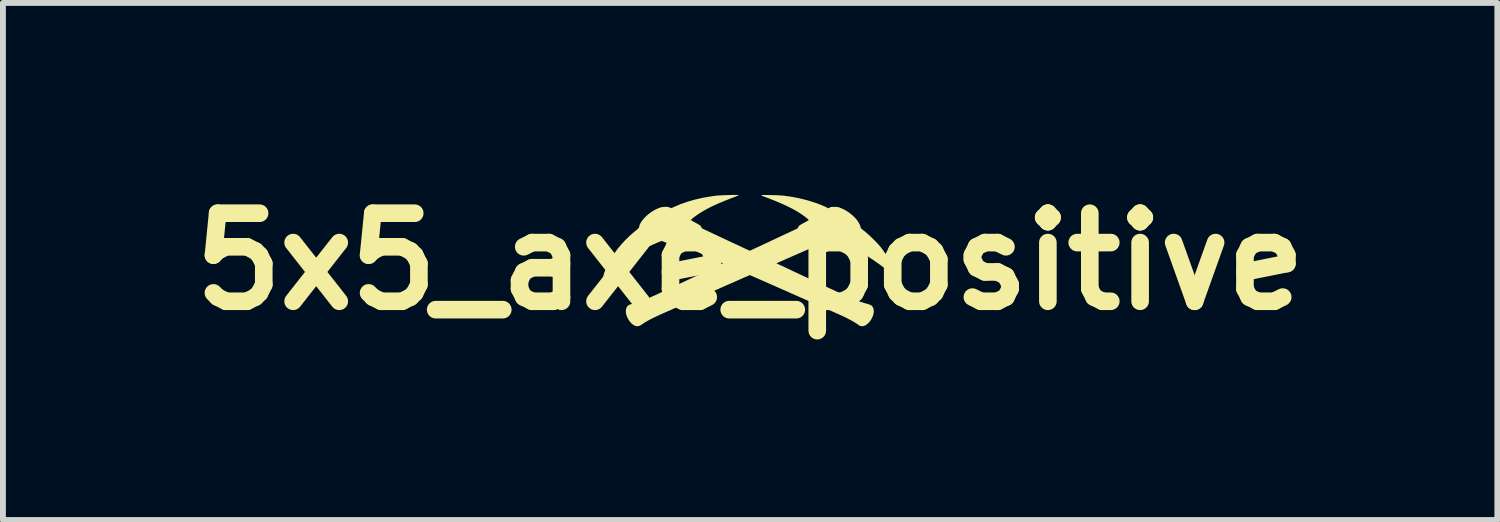
<source format=kicad_pcb>
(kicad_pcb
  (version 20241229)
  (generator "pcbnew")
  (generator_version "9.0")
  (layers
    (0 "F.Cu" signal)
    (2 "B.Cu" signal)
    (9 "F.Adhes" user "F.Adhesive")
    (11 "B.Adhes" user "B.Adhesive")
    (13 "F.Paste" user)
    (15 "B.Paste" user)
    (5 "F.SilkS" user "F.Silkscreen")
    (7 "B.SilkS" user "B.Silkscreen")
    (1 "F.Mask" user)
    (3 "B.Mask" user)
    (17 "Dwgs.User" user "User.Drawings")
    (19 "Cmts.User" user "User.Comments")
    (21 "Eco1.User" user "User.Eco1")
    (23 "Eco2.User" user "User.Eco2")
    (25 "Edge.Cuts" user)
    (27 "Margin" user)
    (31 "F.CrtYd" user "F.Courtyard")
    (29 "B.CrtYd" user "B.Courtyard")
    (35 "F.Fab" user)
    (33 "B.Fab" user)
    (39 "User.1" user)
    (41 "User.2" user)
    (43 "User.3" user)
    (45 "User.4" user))
  (footprint "5x5_axe_positive"
    (layer "F.Cu")
    (at 9.729 1.404)
    (property "Reference" "5x5_axe_positive" (at 0 0 0) (layer "F.SilkS") (effects (font (size 1.5 1.5) (thickness 0.3))))
    (attr board_only exclude_from_pos_files exclude_from_bom)
    (fp_poly (pts (xy -0.237 -1.133) (xy -0.214 -1.132) (xy -0.198 -1.131) (xy -0.192 -1.13) (xy -0.192 -1.129) (xy -0.198 -1.126) (xy -0.214 -1.119) (xy -0.237 -1.11) (xy -0.265 -1.098) (xy -0.298 -1.086) (xy -0.319 -1.078) (xy -0.432 -1.034) (xy -0.535 -0.991) (xy -0.628 -0.949) (xy -0.713 -0.907) (xy -0.789 -0.865) (xy -0.858 -0.823) (xy -0.877 -0.81) (xy -0.913 -0.786) (xy -0.945 -0.763) (xy -0.971 -0.743) (xy -0.991 -0.726) (xy -1.004 -0.713) (xy -1.009 -0.704) (xy -1.008 -0.702) (xy -1.002 -0.699) (xy -0.987 -0.691) (xy -0.967 -0.679) (xy -0.942 -0.666) (xy -0.925 -0.656) (xy -0.895 -0.64) (xy -0.874 -0.627) (xy -0.858 -0.617) (xy -0.848 -0.608) (xy -0.841 -0.599) (xy -0.834 -0.589) (xy -0.834 -0.588) (xy -0.82 -0.563) (xy -0.562 -0.442) (xy -0.475 -0.401) (xy -0.397 -0.364) (xy -0.329 -0.332) (xy -0.268 -0.304) (xy -0.216 -0.28) (xy -0.171 -0.259) (xy -0.133 -0.241) (xy -0.101 -0.226) (xy -0.075 -0.214) (xy -0.054 -0.204) (xy -0.038 -0.197) (xy -0.025 -0.191) (xy -0.016 -0.187) (xy -0.01 -0.185) (xy -0.007 -0.184) (xy -0.005 -0.183) (xy 0.00021 -0.186) (xy 0.015 -0.192) (xy 0.038 -0.203) (xy 0.069 -0.217) (xy 0.107 -0.235) (xy 0.151 -0.255) (xy 0.201 -0.278) (xy 0.254 -0.303) (xy 0.312 -0.33) (xy 0.372 -0.359) (xy 0.373 -0.359) (xy 0.434 -0.388) (xy 0.493 -0.416) (xy 0.549 -0.442) (xy 0.601 -0.466) (xy 0.648 -0.488) (xy 0.689 -0.507) (xy 0.724 -0.523) (xy 0.751 -0.536) (xy 0.77 -0.545) (xy 0.779 -0.549) (xy 0.798 -0.558) (xy 0.81 -0.567) (xy 0.816 -0.578) (xy 0.817 -0.581) (xy 0.821 -0.591) (xy 0.827 -0.601) (xy 0.837 -0.61) (xy 0.852 -0.621) (xy 0.873 -0.634) (xy 0.901 -0.65) (xy 0.923 -0.662) (xy 0.95 -0.676) (xy 0.972 -0.689) (xy 0.988 -0.699) (xy 0.997 -0.705) (xy 0.998 -0.707) (xy 0.993 -0.714) (xy 0.979 -0.726) (xy 0.96 -0.742) (xy 0.935 -0.761) (xy 0.908 -0.781) (xy 0.879 -0.802) (xy 0.861 -0.814) (xy 0.789 -0.859) (xy 0.707 -0.904) (xy 0.614 -0.95) (xy 0.51 -0.997) (xy 0.395 -1.044) (xy 0.278 -1.09) (xy 0.245 -1.102) (xy 0.219 -1.112) (xy 0.201 -1.119) (xy 0.192 -1.125) (xy 0.191 -1.129) (xy 0.199 -1.131) (xy 0.217 -1.132) (xy 0.245 -1.132) (xy 0.282 -1.132) (xy 0.331 -1.131) (xy 0.339 -1.131) (xy 0.405 -1.13) (xy 0.463 -1.128) (xy 0.515 -1.125) (xy 0.564 -1.121) (xy 0.613 -1.115) (xy 0.665 -1.108) (xy 0.722 -1.099) (xy 0.736 -1.096) (xy 0.815 -1.081) (xy 0.897 -1.062) (xy 0.98 -1.04) (xy 1.062 -1.015) (xy 1.14 -0.989) (xy 1.213 -0.961) (xy 1.278 -0.933) (xy 1.306 -0.919) (xy 1.333 -0.906) (xy 1.354 -0.918) (xy 1.365 -0.924) (xy 1.377 -0.927) (xy 1.392 -0.929) (xy 1.413 -0.93) (xy 1.433 -0.93) (xy 1.463 -0.93) (xy 1.485 -0.928) (xy 1.505 -0.924) (xy 1.526 -0.917) (xy 1.533 -0.914) (xy 1.59 -0.89) (xy 1.645 -0.859) (xy 1.698 -0.823) (xy 1.746 -0.783) (xy 1.79 -0.741) (xy 1.826 -0.697) (xy 1.854 -0.654) (xy 1.872 -0.614) (xy 1.878 -0.596) (xy 1.882 -0.58) (xy 1.884 -0.573) (xy 1.888 -0.566) (xy 1.9 -0.555) (xy 1.917 -0.54) (xy 1.938 -0.523) (xy 1.943 -0.519) (xy 1.97 -0.498) (xy 2.002 -0.47) (xy 2.038 -0.437) (xy 2.076 -0.401) (xy 2.114 -0.364) (xy 2.149 -0.328) (xy 2.181 -0.294) (xy 2.208 -0.264) (xy 2.217 -0.253) (xy 2.254 -0.205) (xy 2.292 -0.149) (xy 2.331 -0.09) (xy 2.366 -0.031) (xy 2.398 0.026) (xy 2.411 0.052) (xy 2.424 0.081) (xy 2.438 0.112) (xy 2.452 0.144) (xy 2.465 0.176) (xy 2.477 0.206) (xy 2.486 0.232) (xy 2.493 0.253) (xy 2.497 0.267) (xy 2.497 0.272) (xy 2.497 0.272) (xy 2.491 0.269) (xy 2.479 0.26) (xy 2.461 0.246) (xy 2.437 0.228) (xy 2.411 0.207) (xy 2.403 0.201) (xy 2.3 0.121) (xy 2.197 0.045) (xy 2.094 -0.027) (xy 1.992 -0.094) (xy 1.893 -0.155) (xy 1.797 -0.21) (xy 1.706 -0.258) (xy 1.62 -0.299) (xy 1.553 -0.327) (xy 1.496 -0.35) (xy 1.396 -0.312) (xy 1.345 -0.292) (xy 1.302 -0.276) (xy 1.267 -0.264) (xy 1.237 -0.254) (xy 1.212 -0.247) (xy 1.189 -0.242) (xy 1.168 -0.239) (xy 1.146 -0.237) (xy 1.123 -0.235) (xy 1.117 -0.235) (xy 1.047 -0.233) (xy 0.864 -0.152) (xy 0.815 -0.131) (xy 0.764 -0.108) (xy 0.713 -0.086) (xy 0.664 -0.064) (xy 0.62 -0.045) (xy 0.582 -0.028) (xy 0.567 -0.021) (xy 0.534 -0.007) (xy 0.504 0.006) (xy 0.48 0.017) (xy 0.462 0.025) (xy 0.452 0.03) (xy 0.451 0.031) (xy 0.454 0.034) (xy 0.465 0.04) (xy 0.482 0.048) (xy 0.484 0.049) (xy 0.499 0.056) (xy 0.521 0.066) (xy 0.551 0.08) (xy 0.585 0.096) (xy 0.622 0.114) (xy 0.658 0.13) (xy 0.799 0.197) (xy 0.929 0.258) (xy 1.05 0.314) (xy 1.16 0.366) (xy 1.261 0.414) (xy 1.353 0.457) (xy 1.435 0.495) (xy 1.507 0.529) (xy 1.571 0.558) (xy 1.624 0.583) (xy 1.669 0.604) (xy 1.705 0.62) (xy 1.732 0.632) (xy 1.749 0.64) (xy 1.756 0.643) (xy 1.79 0.656) (xy 1.83 0.67) (xy 1.873 0.685) (xy 1.916 0.699) (xy 1.955 0.711) (xy 1.988 0.72) (xy 1.997 0.723) (xy 2.021 0.73) (xy 2.043 0.738) (xy 2.06 0.746) (xy 2.062 0.747) (xy 2.083 0.768) (xy 2.098 0.795) (xy 2.105 0.827) (xy 2.105 0.863) (xy 2.099 0.902) (xy 2.085 0.942) (xy 2.066 0.981) (xy 2.041 1.019) (xy 2.01 1.053) (xy 2.007 1.056) (xy 1.973 1.083) (xy 1.939 1.099) (xy 1.906 1.104) (xy 1.874 1.098) (xy 1.843 1.08) (xy 1.837 1.076) (xy 1.805 1.053) (xy 1.764 1.028) (xy 1.714 1) (xy 1.655 0.969) (xy 1.586 0.935) (xy 1.506 0.899) (xy 1.453 0.875) (xy 1.383 0.844) (xy 1.323 0.818) (xy 1.271 0.795) (xy 1.226 0.775) (xy 1.187 0.758) (xy 1.153 0.743) (xy 1.124 0.73) (xy 1.098 0.719) (xy 1.074 0.708) (xy 1.052 0.698) (xy 1.029 0.688) (xy 1.011 0.68) (xy 0.978 0.666) (xy 0.938 0.648) (xy 0.893 0.628) (xy 0.846 0.608) (xy 0.8 0.587) (xy 0.772 0.575) (xy 0.682 0.535) (xy 0.588 0.493) (xy 0.492 0.451) (xy 0.397 0.409) (xy 0.306 0.369) (xy 0.22 0.331) (xy 0.143 0.297) (xy -0.006 0.232) (xy -0.06 0.256) (xy -0.105 0.275) (xy -0.153 0.296) (xy -0.202 0.318) (xy -0.252 0.34) (xy -0.3 0.361) (xy -0.346 0.381) (xy -0.389 0.4) (xy -0.426 0.416) (xy -0.456 0.43) (xy -0.479 0.44) (xy -0.489 0.444) (xy -0.508 0.453) (xy -0.53 0.463) (xy -0.554 0.473) (xy -0.582 0.486) (xy -0.615 0.5) (xy -0.653 0.517) (xy -0.698 0.537) (xy -0.751 0.56) (xy -0.811 0.587) (xy -0.881 0.618) (xy -0.889 0.621) (xy -0.936 0.642) (xy -0.977 0.66) (xy -1.014 0.676) (xy -1.047 0.691) (xy -1.079 0.705) (xy -1.11 0.718) (xy -1.141 0.732) (xy -1.175 0.747) (xy -1.212 0.763) (xy -1.253 0.782) (xy -1.301 0.803) (xy -1.355 0.827) (xy -1.418 0.855) (xy -1.442 0.865) (xy -1.521 0.9) (xy -1.59 0.932) (xy -1.65 0.961) (xy -1.702 0.987) (xy -1.747 1.011) (xy -1.785 1.033) (xy -1.817 1.054) (xy -1.818 1.055) (xy -1.838 1.068) (xy -1.857 1.08) (xy -1.87 1.089) (xy -1.872 1.09) (xy -1.895 1.1) (xy -1.922 1.103) (xy -1.948 1.101) (xy -1.956 1.098) (xy -1.994 1.078) (xy -2.03 1.048) (xy -2.062 1.008) (xy -2.088 0.964) (xy -2.105 0.924) (xy -2.115 0.888) (xy -2.118 0.85) (xy -2.118 0.847) (xy -2.114 0.808) (xy -2.101 0.776) (xy -2.08 0.751) (xy -2.051 0.734) (xy -2.019 0.725) (xy -2.003 0.721) (xy -1.978 0.714) (xy -1.947 0.705) (xy -1.912 0.693) (xy -1.874 0.681) (xy -1.838 0.668) (xy -1.803 0.656) (xy -1.781 0.647) (xy -1.764 0.64) (xy -1.739 0.629) (xy -1.706 0.614) (xy -1.666 0.596) (xy -1.621 0.576) (xy -1.571 0.553) (xy -1.518 0.528) (xy -1.464 0.503) (xy -1.428 0.486) (xy -1.332 0.441) (xy -1.236 0.396) (xy -1.14 0.351) (xy -1.046 0.307) (xy -0.955 0.264) (xy -0.868 0.223) (xy -0.787 0.185) (xy -0.712 0.15) (xy -0.644 0.119) (xy -0.586 0.091) (xy -0.583 0.09) (xy -0.55 0.075) (xy -0.521 0.061) (xy -0.496 0.049) (xy -0.478 0.04) (xy -0.467 0.035) (xy -0.465 0.034) (xy -0.469 0.03) (xy -0.481 0.024) (xy -0.501 0.014) (xy -0.527 0.001) (xy -0.558 -0.013) (xy -0.576 -0.021) (xy -0.61 -0.035) (xy -0.652 -0.054) (xy -0.699 -0.075) (xy -0.75 -0.097) (xy -0.802 -0.12) (xy -0.852 -0.142) (xy -0.877 -0.153) (xy -1.063 -0.235) (xy -1.119 -0.234) (xy -1.146 -0.234) (xy -1.167 -0.235) (xy -1.188 -0.238) (xy -1.211 -0.244) (xy -1.239 -0.252) (xy -1.266 -0.261) (xy -1.299 -0.272) (xy -1.337 -0.285) (xy -1.376 -0.299) (xy -1.405 -0.311) (xy -1.508 -0.35) (xy -1.572 -0.324) (xy -1.653 -0.289) (xy -1.741 -0.246) (xy -1.833 -0.197) (xy -1.929 -0.14) (xy -2.028 -0.079) (xy -2.128 -0.012) (xy -2.229 0.058) (xy -2.328 0.132) (xy -2.426 0.209) (xy -2.442 0.221) (xy -2.497 0.267) (xy -2.499 0.25) (xy -2.497 0.233) (xy -2.491 0.208) (xy -2.479 0.176) (xy -2.464 0.139) (xy -2.445 0.097) (xy -2.423 0.053) (xy -2.399 0.007) (xy -2.374 -0.038) (xy -2.348 -0.083) (xy -2.322 -0.124) (xy -2.305 -0.15) (xy -2.254 -0.22) (xy -2.194 -0.291) (xy -2.13 -0.361) (xy -2.062 -0.428) (xy -1.993 -0.489) (xy -1.969 -0.509) (xy -1.942 -0.531) (xy -1.922 -0.547) (xy -1.908 -0.56) (xy -1.9 -0.569) (xy -1.895 -0.578) (xy -1.893 -0.586) (xy -1.892 -0.588) (xy -1.881 -0.626) (xy -1.861 -0.666) (xy -1.832 -0.707) (xy -1.796 -0.748) (xy -1.754 -0.788) (xy -1.708 -0.825) (xy -1.658 -0.859) (xy -1.606 -0.888) (xy -1.553 -0.911) (xy -1.536 -0.917) (xy -1.502 -0.926) (xy -1.466 -0.93) (xy -1.429 -0.931) (xy -1.397 -0.928) (xy -1.371 -0.92) (xy -1.368 -0.919) (xy -1.344 -0.907) (xy -1.31 -0.923) (xy -1.192 -0.974) (xy -1.066 -1.018) (xy -0.933 -1.056) (xy -0.793 -1.088) (xy -0.647 -1.112) (xy -0.589 -1.12) (xy -0.566 -1.122) (xy -0.536 -1.124) (xy -0.501 -1.126) (xy -0.463 -1.128) (xy -0.422 -1.13) (xy -0.381 -1.131) (xy -0.341 -1.132) (xy -0.302 -1.133) (xy -0.267 -1.133)) (stroke (width 0) (type solid)) (fill yes) (layer "F.SilkS")))
  (gr_rect
    (start -3 -3)
    (end 22.457 5.808)
    (stroke (width 0.1) (type default))
    (fill no)
    (layer "Edge.Cuts")))
</source>
